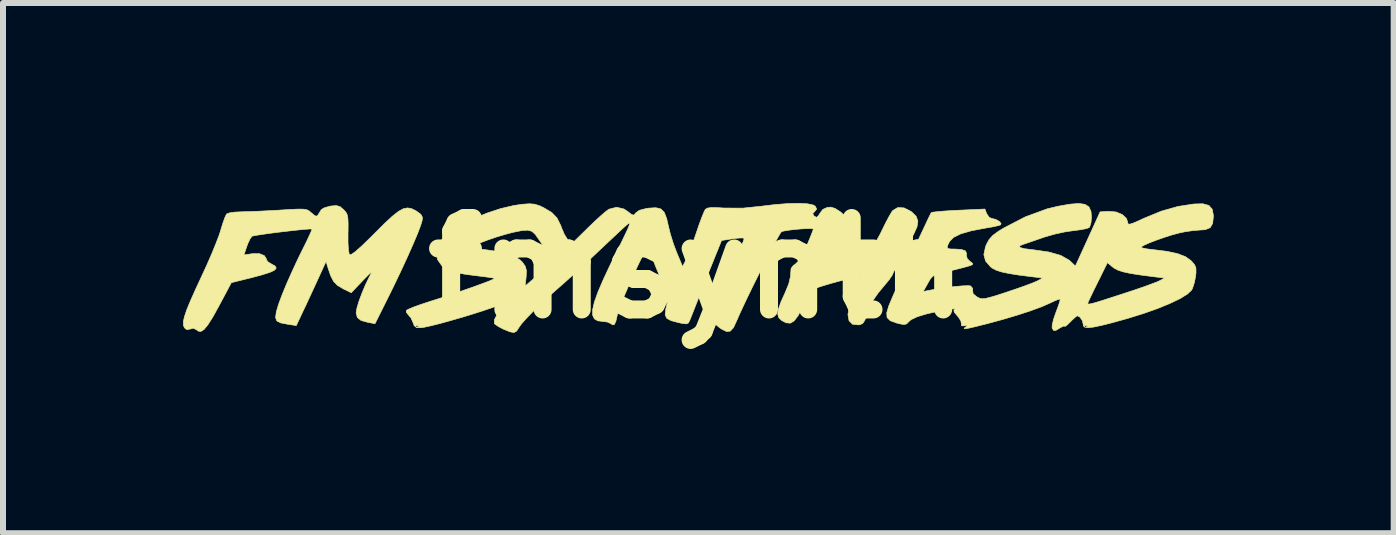
<source format=kicad_pcb>
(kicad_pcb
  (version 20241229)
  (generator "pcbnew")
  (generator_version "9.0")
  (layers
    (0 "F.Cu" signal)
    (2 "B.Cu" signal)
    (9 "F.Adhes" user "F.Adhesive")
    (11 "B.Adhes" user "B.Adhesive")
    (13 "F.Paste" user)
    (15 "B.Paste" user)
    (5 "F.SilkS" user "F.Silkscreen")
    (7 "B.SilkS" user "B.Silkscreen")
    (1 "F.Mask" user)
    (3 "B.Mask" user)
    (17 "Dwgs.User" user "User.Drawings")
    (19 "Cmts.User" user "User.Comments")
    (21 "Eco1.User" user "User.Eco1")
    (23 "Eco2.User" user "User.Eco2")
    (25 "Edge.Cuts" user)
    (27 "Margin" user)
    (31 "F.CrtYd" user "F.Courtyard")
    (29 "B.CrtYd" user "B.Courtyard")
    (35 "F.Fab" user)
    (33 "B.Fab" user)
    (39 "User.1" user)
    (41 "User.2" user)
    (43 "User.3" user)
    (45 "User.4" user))
  (footprint "fmsynth"
    (layer "F.Cu")
    (at 8.569 1.418)
    (property "Reference" "fmsynth" (at 0 0 0) (layer "F.SilkS") (effects (font (size 1.524 1.524) (thickness 0.3))))
    (attr through_hole)
    (fp_poly (pts (xy -5.95 -1.023) (xy -5.893 -0.974) (xy -5.856 -0.934) (xy -5.833 -0.892) (xy -5.821 -0.833) (xy -5.817 -0.743) (xy -5.818 -0.606) (xy -5.819 -0.575) (xy -5.819 -0.423) (xy -5.812 -0.307) (xy -5.8 -0.237) (xy -5.793 -0.224) (xy -5.762 -0.228) (xy -5.698 -0.273) (xy -5.598 -0.361) (xy -5.46 -0.494) (xy -5.37 -0.584) (xy -5.208 -0.746) (xy -5.08 -0.864) (xy -4.979 -0.944) (xy -4.897 -0.989) (xy -4.826 -1.003) (xy -4.76 -0.991) (xy -4.689 -0.956) (xy -4.676 -0.948) (xy -4.605 -0.896) (xy -4.579 -0.847) (xy -4.583 -0.795) (xy -4.608 -0.711) (xy -4.658 -0.579) (xy -4.73 -0.408) (xy -4.819 -0.207) (xy -4.921 0.015) (xy -5.033 0.25) (xy -5.126 0.44) (xy -5.369 0.927) (xy -5.486 0.905) (xy -5.601 0.873) (xy -5.663 0.825) (xy -5.683 0.75) (xy -5.683 0.74) (xy -5.67 0.665) (xy -5.636 0.551) (xy -5.586 0.417) (xy -5.529 0.281) (xy -5.471 0.16) (xy -5.453 0.127) (xy -5.431 0.082) (xy -5.438 0.076) (xy -5.478 0.112) (xy -5.556 0.191) (xy -5.578 0.214) (xy -5.765 0.411) (xy -5.9 0.345) (xy -5.994 0.289) (xy -6.06 0.221) (xy -6.11 0.123) (xy -6.146 0.016) (xy -6.185 -0.111) (xy -6.301 0.143) (xy -6.371 0.295) (xy -6.453 0.472) (xy -6.531 0.641) (xy -6.549 0.677) (xy -6.681 0.958) (xy -6.825 0.936) (xy -6.941 0.914) (xy -7.005 0.881) (xy -7.026 0.826) (xy -7.015 0.736) (xy -7.011 0.721) (xy -6.978 0.608) (xy -6.919 0.449) (xy -6.84 0.257) (xy -6.745 0.044) (xy -6.64 -0.181) (xy -6.568 -0.326) (xy -6.505 -0.453) (xy -6.456 -0.558) (xy -6.426 -0.627) (xy -6.419 -0.651) (xy -6.455 -0.652) (xy -6.539 -0.646) (xy -6.66 -0.634) (xy -6.805 -0.618) (xy -6.959 -0.6) (xy -7.109 -0.581) (xy -7.244 -0.562) (xy -7.348 -0.546) (xy -7.409 -0.534) (xy -7.419 -0.531) (xy -7.45 -0.489) (xy -7.488 -0.409) (xy -7.505 -0.363) (xy -7.554 -0.219) (xy -7.413 -0.24) (xy -7.297 -0.241) (xy -7.214 -0.208) (xy -7.176 -0.148) (xy -7.176 -0.134) (xy -7.15 -0.101) (xy -7.096 -0.069) (xy -7.034 -0.034) (xy -7.015 -0.000345) (xy -7.043 0.034) (xy -7.12 0.071) (xy -7.252 0.113) (xy -7.442 0.164) (xy -7.477 0.172) (xy -7.763 0.243) (xy -7.972 0.635) (xy -8.073 0.817) (xy -8.153 0.944) (xy -8.218 1.023) (xy -8.271 1.056) (xy -8.317 1.05) (xy -8.344 1.028) (xy -8.399 1.001) (xy -8.444 1.015) (xy -8.505 1.027) (xy -8.543 0.997) (xy -8.562 0.957) (xy -8.564 0.897) (xy -8.546 0.813) (xy -8.507 0.696) (xy -8.443 0.541) (xy -8.354 0.342) (xy -8.258 0.136) (xy -8.171 -0.053) (xy -8.089 -0.241) (xy -8.019 -0.413) (xy -7.965 -0.554) (xy -7.94 -0.633) (xy -7.904 -0.751) (xy -7.87 -0.845) (xy -7.844 -0.899) (xy -7.841 -0.903) (xy -7.793 -0.92) (xy -7.703 -0.933) (xy -7.594 -0.938) (xy -7.48 -0.941) (xy -7.322 -0.947) (xy -7.142 -0.956) (xy -6.958 -0.966) (xy -6.945 -0.967) (xy -6.77 -0.978) (xy -6.648 -0.983) (xy -6.565 -0.982) (xy -6.511 -0.974) (xy -6.473 -0.957) (xy -6.441 -0.931) (xy -6.426 -0.918) (xy -6.369 -0.871) (xy -6.336 -0.867) (xy -6.317 -0.889) (xy -6.276 -0.954) (xy -6.263 -0.975) (xy -6.217 -1.003) (xy -6.135 -1.028) (xy -6.105 -1.034) (xy -6.013 -1.042) (xy -5.95 -1.023)) (stroke (width 0.01) (type solid)) (fill yes) (layer "F.SilkS"))
    (fp_poly (pts (xy 6.465 -1.062) (xy 6.53 -1.019) (xy 6.564 -0.945) (xy 6.572 -0.85) (xy 6.564 -0.756) (xy 6.543 -0.689) (xy 6.533 -0.675) (xy 6.483 -0.657) (xy 6.389 -0.639) (xy 6.272 -0.624) (xy 6.264 -0.623) (xy 6.123 -0.602) (xy 5.955 -0.565) (xy 5.79 -0.518) (xy 5.756 -0.506) (xy 5.627 -0.461) (xy 5.516 -0.423) (xy 5.44 -0.397) (xy 5.421 -0.391) (xy 5.37 -0.366) (xy 5.382 -0.343) (xy 5.456 -0.323) (xy 5.592 -0.306) (xy 5.603 -0.305) (xy 5.86 -0.268) (xy 6.058 -0.212) (xy 6.197 -0.134) (xy 6.22 -0.114) (xy 6.304 -0.034) (xy 6.51 -0.485) (xy 6.716 -0.937) (xy 6.86 -0.946) (xy 6.983 -0.935) (xy 7.087 -0.892) (xy 7.156 -0.826) (xy 7.176 -0.762) (xy 7.181 -0.737) (xy 7.206 -0.731) (xy 7.259 -0.746) (xy 7.353 -0.786) (xy 7.44 -0.827) (xy 7.734 -0.948) (xy 8.013 -1.027) (xy 8.277 -1.068) (xy 8.428 -1.072) (xy 8.529 -1.044) (xy 8.585 -0.98) (xy 8.604 -0.877) (xy 8.604 -0.866) (xy 8.592 -0.745) (xy 8.55 -0.673) (xy 8.468 -0.64) (xy 8.389 -0.635) (xy 8.273 -0.626) (xy 8.133 -0.606) (xy 8.042 -0.587) (xy 7.925 -0.556) (xy 7.795 -0.515) (xy 7.663 -0.469) (xy 7.545 -0.424) (xy 7.454 -0.384) (xy 7.403 -0.355) (xy 7.398 -0.347) (xy 7.427 -0.334) (xy 7.502 -0.319) (xy 7.596 -0.308) (xy 7.829 -0.279) (xy 8.006 -0.241) (xy 8.137 -0.191) (xy 8.229 -0.126) (xy 8.234 -0.121) (xy 8.289 -0.059) (xy 8.313 -0.002) (xy 8.314 0.077) (xy 8.308 0.133) (xy 8.287 0.243) (xy 8.256 0.337) (xy 8.241 0.367) (xy 8.172 0.432) (xy 8.05 0.508) (xy 7.881 0.589) (xy 7.674 0.674) (xy 7.436 0.758) (xy 7.175 0.839) (xy 7.16 0.843) (xy 6.924 0.909) (xy 6.742 0.955) (xy 6.608 0.983) (xy 6.517 0.993) (xy 6.462 0.986) (xy 6.437 0.964) (xy 6.437 0.963) (xy 6.456 0.963) (xy 6.46 0.982) (xy 6.477 0.984) (xy 6.503 0.973) (xy 6.498 0.963) (xy 6.46 0.959) (xy 6.456 0.963) (xy 6.437 0.963) (xy 6.435 0.94) (xy 6.42 0.876) (xy 6.38 0.818) (xy 6.337 0.794) (xy 6.306 0.815) (xy 6.249 0.867) (xy 6.223 0.894) (xy 6.166 0.949) (xy 6.132 0.972) (xy 6.128 0.969) (xy 6.105 0.967) (xy 6.051 0.995) (xy 6.049 0.996) (xy 5.98 1.038) (xy 5.943 1.041) (xy 5.92 1.007) (xy 5.916 0.998) (xy 5.918 0.945) (xy 5.94 0.853) (xy 5.978 0.742) (xy 5.98 0.738) (xy 6.019 0.633) (xy 6.034 0.588) (xy 6.509 0.588) (xy 6.514 0.598) (xy 6.533 0.599) (xy 6.576 0.592) (xy 6.648 0.572) (xy 6.759 0.538) (xy 6.916 0.487) (xy 7.084 0.433) (xy 7.263 0.374) (xy 7.427 0.318) (xy 7.563 0.269) (xy 7.66 0.232) (xy 7.699 0.215) (xy 7.791 0.166) (xy 7.618 0.145) (xy 7.395 0.116) (xy 7.226 0.09) (xy 7.101 0.063) (xy 7.012 0.034) (xy 6.949 0.000251) (xy 6.926 -0.017) (xy 6.838 -0.091) (xy 6.674 0.241) (xy 6.609 0.372) (xy 6.556 0.482) (xy 6.521 0.558) (xy 6.509 0.588) (xy 6.034 0.588) (xy 6.045 0.554) (xy 6.051 0.517) (xy 6.051 0.516) (xy 6.018 0.522) (xy 5.948 0.551) (xy 5.885 0.581) (xy 5.749 0.641) (xy 5.562 0.71) (xy 5.339 0.783) (xy 5.09 0.857) (xy 4.829 0.928) (xy 4.803 0.934) (xy 4.641 0.975) (xy 4.532 1) (xy 4.471 1.011) (xy 4.449 1.009) (xy 4.459 0.995) (xy 4.477 0.981) (xy 4.502 0.958) (xy 4.473 0.958) (xy 4.455 0.962) (xy 4.406 0.963) (xy 4.404 0.931) (xy 4.395 0.88) (xy 4.351 0.812) (xy 4.335 0.795) (xy 4.283 0.732) (xy 4.279 0.697) (xy 4.292 0.688) (xy 4.301 0.678) (xy 4.26 0.68) (xy 4.182 0.69) (xy 4.079 0.709) (xy 3.962 0.732) (xy 3.843 0.759) (xy 3.816 0.766) (xy 3.67 0.81) (xy 3.567 0.859) (xy 3.53 0.89) (xy 3.492 0.929) (xy 3.45 0.941) (xy 3.381 0.93) (xy 3.326 0.916) (xy 3.218 0.877) (xy 3.165 0.824) (xy 3.16 0.744) (xy 3.194 0.63) (xy 3.223 0.56) (xy 3.271 0.448) (xy 3.335 0.304) (xy 3.41 0.136) (xy 3.492 -0.046) (xy 3.577 -0.232) (xy 3.66 -0.414) (xy 3.737 -0.581) (xy 3.805 -0.725) (xy 3.857 -0.837) (xy 3.892 -0.906) (xy 3.902 -0.925) (xy 3.939 -0.933) (xy 4.028 -0.943) (xy 4.155 -0.953) (xy 4.31 -0.962) (xy 4.359 -0.964) (xy 4.796 -0.984) (xy 4.826 -0.905) (xy 4.869 -0.844) (xy 4.914 -0.826) (xy 4.976 -0.812) (xy 5.033 -0.78) (xy 5.065 -0.745) (xy 5.058 -0.721) (xy 5.013 -0.706) (xy 4.924 -0.687) (xy 4.81 -0.667) (xy 4.808 -0.667) (xy 4.571 -0.622) (xy 4.394 -0.571) (xy 4.274 -0.512) (xy 4.207 -0.444) (xy 4.204 -0.439) (xy 4.169 -0.365) (xy 4.172 -0.329) (xy 4.223 -0.318) (xy 4.284 -0.318) (xy 4.405 -0.31) (xy 4.471 -0.287) (xy 4.49 -0.244) (xy 4.486 -0.224) (xy 4.5 -0.159) (xy 4.543 -0.116) (xy 4.591 -0.078) (xy 4.589 -0.058) (xy 4.554 -0.042) (xy 4.496 -0.025) (xy 4.395 0.002) (xy 4.267 0.034) (xy 4.207 0.048) (xy 4.072 0.08) (xy 3.984 0.107) (xy 3.928 0.137) (xy 3.889 0.178) (xy 3.852 0.24) (xy 3.845 0.253) (xy 3.768 0.391) (xy 3.862 0.372) (xy 4.002 0.347) (xy 4.154 0.325) (xy 4.3 0.307) (xy 4.427 0.296) (xy 4.518 0.293) (xy 4.556 0.297) (xy 4.593 0.339) (xy 4.591 0.373) (xy 4.6 0.429) (xy 4.665 0.481) (xy 4.704 0.501) (xy 4.744 0.511) (xy 4.795 0.508) (xy 4.87 0.491) (xy 4.981 0.459) (xy 5.138 0.408) (xy 5.164 0.399) (xy 5.324 0.345) (xy 5.469 0.294) (xy 5.586 0.25) (xy 5.659 0.219) (xy 5.666 0.216) (xy 5.759 0.166) (xy 5.586 0.145) (xy 5.364 0.117) (xy 5.196 0.09) (xy 5.072 0.064) (xy 4.983 0.035) (xy 4.919 0.001) (xy 4.892 -0.019) (xy 4.807 -0.117) (xy 4.778 -0.225) (xy 4.806 -0.355) (xy 4.822 -0.395) (xy 4.866 -0.476) (xy 4.926 -0.543) (xy 5.019 -0.612) (xy 5.105 -0.665) (xy 5.472 -0.855) (xy 5.833 -0.987) (xy 6.007 -1.029) (xy 6.21 -1.065) (xy 6.36 -1.077) (xy 6.465 -1.062)) (stroke (width 0.01) (type solid)) (fill yes) (layer "F.SilkS"))
    (fp_poly (pts (xy 1.836 -1.072) (xy 1.933 -1.052) (xy 1.969 -1.031) (xy 1.992 -0.984) (xy 1.96 -0.944) (xy 1.959 -0.944) (xy 1.926 -0.907) (xy 1.947 -0.87) (xy 1.953 -0.865) (xy 1.992 -0.845) (xy 2.025 -0.877) (xy 2.036 -0.897) (xy 2.093 -0.977) (xy 2.169 -1.011) (xy 2.229 -1.016) (xy 2.299 -0.994) (xy 2.384 -0.94) (xy 2.464 -0.87) (xy 2.522 -0.799) (xy 2.54 -0.751) (xy 2.527 -0.706) (xy 2.492 -0.62) (xy 2.441 -0.507) (xy 2.414 -0.451) (xy 2.357 -0.323) (xy 2.325 -0.235) (xy 2.322 -0.193) (xy 2.327 -0.191) (xy 2.373 -0.198) (xy 2.464 -0.22) (xy 2.583 -0.25) (xy 2.714 -0.285) (xy 2.841 -0.32) (xy 2.897 -0.337) (xy 2.934 -0.372) (xy 2.987 -0.452) (xy 3.049 -0.564) (xy 3.08 -0.628) (xy 3.142 -0.754) (xy 3.2 -0.863) (xy 3.245 -0.939) (xy 3.26 -0.959) (xy 3.344 -1.009) (xy 3.449 -1.003) (xy 3.566 -0.943) (xy 3.577 -0.935) (xy 3.65 -0.863) (xy 3.679 -0.783) (xy 3.664 -0.686) (xy 3.606 -0.558) (xy 3.567 -0.492) (xy 3.504 -0.372) (xy 3.457 -0.253) (xy 3.437 -0.17) (xy 3.415 -0.073) (xy 3.371 -0.018) (xy 3.346 -0.004) (xy 3.289 0.037) (xy 3.27 0.075) (xy 3.25 0.121) (xy 3.199 0.196) (xy 3.134 0.274) (xy 3.016 0.416) (xy 2.933 0.536) (xy 2.873 0.656) (xy 2.83 0.774) (xy 2.794 0.871) (xy 2.759 0.923) (xy 2.71 0.944) (xy 2.689 0.947) (xy 2.59 0.936) (xy 2.532 0.878) (xy 2.513 0.776) (xy 2.536 0.631) (xy 2.598 0.446) (xy 2.634 0.364) (xy 2.679 0.259) (xy 2.711 0.18) (xy 2.722 0.141) (xy 2.722 0.14) (xy 2.687 0.141) (xy 2.606 0.158) (xy 2.493 0.185) (xy 2.363 0.219) (xy 2.229 0.256) (xy 2.107 0.292) (xy 2.011 0.323) (xy 1.954 0.346) (xy 1.951 0.348) (xy 1.908 0.394) (xy 1.849 0.483) (xy 1.785 0.597) (xy 1.76 0.647) (xy 1.684 0.791) (xy 1.617 0.88) (xy 1.553 0.918) (xy 1.482 0.912) (xy 1.408 0.873) (xy 1.361 0.828) (xy 1.343 0.768) (xy 1.355 0.682) (xy 1.398 0.561) (xy 1.465 0.413) (xy 1.526 0.265) (xy 1.556 0.14) (xy 1.559 0.093) (xy 1.565 0.007) (xy 1.603 -0.044) (xy 1.632 -0.062) (xy 1.695 -0.123) (xy 1.767 -0.244) (xy 1.824 -0.367) (xy 1.874 -0.486) (xy 1.912 -0.582) (xy 1.934 -0.641) (xy 1.937 -0.651) (xy 1.908 -0.658) (xy 1.834 -0.658) (xy 1.733 -0.653) (xy 1.621 -0.643) (xy 1.517 -0.63) (xy 1.437 -0.616) (xy 1.405 -0.606) (xy 1.382 -0.574) (xy 1.336 -0.493) (xy 1.272 -0.374) (xy 1.194 -0.225) (xy 1.107 -0.055) (xy 1.017 0.125) (xy 0.926 0.307) (xy 0.841 0.482) (xy 0.766 0.64) (xy 0.705 0.772) (xy 0.663 0.869) (xy 0.66 0.875) (xy 0.606 0.992) (xy 0.552 1.051) (xy 0.489 1.057) (xy 0.405 1.015) (xy 0.372 0.992) (xy 0.306 0.937) (xy 0.261 0.881) (xy 0.24 0.816) (xy 0.243 0.733) (xy 0.271 0.626) (xy 0.326 0.486) (xy 0.41 0.306) (xy 0.523 0.078) (xy 0.523 0.077) (xy 0.608 -0.095) (xy 0.68 -0.247) (xy 0.737 -0.37) (xy 0.773 -0.456) (xy 0.784 -0.496) (xy 0.784 -0.497) (xy 0.744 -0.503) (xy 0.663 -0.498) (xy 0.586 -0.488) (xy 0.407 -0.46) (xy 0.266 -0.111) (xy 0.195 0.065) (xy 0.119 0.255) (xy 0.049 0.433) (xy 0.014 0.524) (xy -0.038 0.656) (xy -0.083 0.771) (xy -0.116 0.853) (xy -0.126 0.877) (xy -0.147 0.916) (xy -0.18 0.93) (xy -0.244 0.923) (xy -0.314 0.908) (xy -0.437 0.875) (xy -0.507 0.836) (xy -0.533 0.778) (xy -0.524 0.689) (xy -0.513 0.642) (xy -0.497 0.573) (xy -0.492 0.515) (xy -0.501 0.453) (xy -0.526 0.373) (xy -0.572 0.258) (xy -0.615 0.157) (xy -0.675 0.015) (xy -0.726 -0.114) (xy -0.763 -0.214) (xy -0.779 -0.262) (xy -0.801 -0.325) (xy -0.821 -0.349) (xy -0.844 -0.322) (xy -0.887 -0.246) (xy -0.944 -0.134) (xy -1.01 0.004) (xy -1.081 0.158) (xy -1.151 0.316) (xy -1.216 0.467) (xy -1.271 0.602) (xy -1.31 0.707) (xy -1.329 0.773) (xy -1.354 0.884) (xy -1.379 0.94) (xy -1.409 0.947) (xy -1.436 0.927) (xy -1.493 0.9) (xy -1.572 0.889) (xy -1.656 0.879) (xy -1.713 0.846) (xy -1.742 0.785) (xy -1.742 0.694) (xy -1.713 0.567) (xy -1.654 0.401) (xy -1.564 0.191) (xy -1.443 -0.067) (xy -1.351 -0.25) (xy -1.279 -0.395) (xy -1.216 -0.526) (xy -1.167 -0.629) (xy -1.14 -0.69) (xy -1.14 -0.692) (xy -1.122 -0.746) (xy -1.135 -0.749) (xy -1.165 -0.727) (xy -1.206 -0.691) (xy -1.284 -0.62) (xy -1.39 -0.52) (xy -1.517 -0.401) (xy -1.635 -0.29) (xy -1.786 -0.147) (xy -1.939 -0.005) (xy -2.08 0.125) (xy -2.197 0.23) (xy -2.254 0.28) (xy -2.419 0.425) (xy -2.578 0.571) (xy -2.721 0.709) (xy -2.84 0.831) (xy -2.927 0.929) (xy -2.972 0.992) (xy -3.01 1.051) (xy -3.054 1.074) (xy -3.121 1.062) (xy -3.227 1.019) (xy -3.311 0.975) (xy -3.368 0.936) (xy -3.379 0.925) (xy -3.381 0.864) (xy -3.335 0.775) (xy -3.248 0.664) (xy -3.227 0.641) (xy -3.127 0.536) (xy -3.313 0.618) (xy -3.416 0.659) (xy -3.56 0.708) (xy -3.731 0.763) (xy -3.918 0.82) (xy -4.106 0.874) (xy -4.282 0.923) (xy -4.434 0.961) (xy -4.549 0.986) (xy -4.601 0.994) (xy -4.677 0.991) (xy -4.711 0.963) (xy -4.688 0.963) (xy -4.684 0.982) (xy -4.667 0.984) (xy -4.641 0.973) (xy -4.646 0.963) (xy -4.684 0.959) (xy -4.688 0.963) (xy -4.711 0.963) (xy -4.716 0.959) (xy -4.734 0.91) (xy -4.77 0.83) (xy -4.813 0.78) (xy -4.848 0.735) (xy -4.847 0.706) (xy -4.81 0.685) (xy -4.725 0.649) (xy -4.604 0.606) (xy -4.459 0.558) (xy -4.453 0.556) (xy -4.275 0.5) (xy -4.09 0.439) (xy -3.908 0.376) (xy -3.739 0.317) (xy -3.591 0.263) (xy -3.474 0.219) (xy -3.399 0.187) (xy -3.374 0.172) (xy -3.374 0.171) (xy -3.408 0.164) (xy -3.492 0.151) (xy -3.61 0.136) (xy -3.7 0.125) (xy -3.848 0.106) (xy -3.983 0.082) (xy -4.087 0.057) (xy -4.121 0.046) (xy -4.252 -0.036) (xy -4.328 -0.143) (xy -4.346 -0.27) (xy -4.322 -0.35) (xy -3.747 -0.35) (xy -3.718 -0.336) (xy -3.642 -0.32) (xy -3.535 -0.307) (xy -3.532 -0.307) (xy -3.285 -0.271) (xy -3.092 -0.215) (xy -2.955 -0.139) (xy -2.911 -0.097) (xy -2.863 -0.027) (xy -2.845 0.044) (xy -2.85 0.147) (xy -2.85 0.148) (xy -2.867 0.299) (xy -2.686 0.144) (xy -2.588 0.056) (xy -2.501 -0.03) (xy -2.445 -0.095) (xy -2.444 -0.096) (xy -2.383 -0.181) (xy -2.464 -0.257) (xy -2.529 -0.329) (xy -2.604 -0.427) (xy -2.643 -0.484) (xy -2.701 -0.565) (xy -2.755 -0.613) (xy -2.823 -0.632) (xy -2.918 -0.626) (xy -3.055 -0.599) (xy -3.096 -0.589) (xy -3.219 -0.556) (xy -3.354 -0.515) (xy -3.488 -0.469) (xy -3.606 -0.424) (xy -3.695 -0.385) (xy -3.743 -0.357) (xy -3.747 -0.35) (xy -4.322 -0.35) (xy -4.303 -0.41) (xy -4.302 -0.413) (xy -4.223 -0.514) (xy -4.091 -0.62) (xy -3.92 -0.726) (xy -3.72 -0.827) (xy -3.501 -0.917) (xy -3.277 -0.991) (xy -3.056 -1.043) (xy -2.92 -1.063) (xy -2.798 -1.072) (xy -2.709 -1.065) (xy -2.624 -1.038) (xy -2.552 -1.003) (xy -2.422 -0.925) (xy -2.335 -0.834) (xy -2.273 -0.709) (xy -2.258 -0.667) (xy -2.215 -0.566) (xy -2.161 -0.478) (xy -2.16 -0.476) (xy -2.098 -0.397) (xy -1.819 -0.671) (xy -1.705 -0.781) (xy -1.601 -0.876) (xy -1.519 -0.946) (xy -1.471 -0.981) (xy -1.343 -1.014) (xy -1.22 -0.985) (xy -1.152 -0.939) (xy -1.09 -0.891) (xy -1.056 -0.883) (xy -1.03 -0.911) (xy -1.024 -0.919) (xy -0.964 -0.963) (xy -0.845 -0.994) (xy -0.808 -0.999) (xy -0.688 -1.006) (xy -0.605 -0.986) (xy -0.548 -0.929) (xy -0.508 -0.826) (xy -0.479 -0.699) (xy -0.445 -0.562) (xy -0.395 -0.403) (xy -0.341 -0.26) (xy -0.243 -0.026) (xy -0.184 -0.141) (xy -0.149 -0.218) (xy -0.102 -0.338) (xy -0.05 -0.483) (xy -0.011 -0.596) (xy 0.037 -0.737) (xy 0.082 -0.857) (xy 0.118 -0.944) (xy 0.137 -0.979) (xy 0.171 -1) (xy 0.237 -1.009) (xy 0.347 -1.007) (xy 0.443 -1.001) (xy 0.76 -0.999) (xy 1.061 -1.03) (xy 1.295 -1.058) (xy 1.508 -1.075) (xy 1.691 -1.079) (xy 1.836 -1.072)) (stroke (width 0.01) (type solid)) (fill yes) (layer "F.SilkS")))
  (gr_rect
    (start -3 -3)
    (end 20.178 5.836)
    (stroke (width 0.1) (type default))
    (fill no)
    (layer "Edge.Cuts")))
</source>
